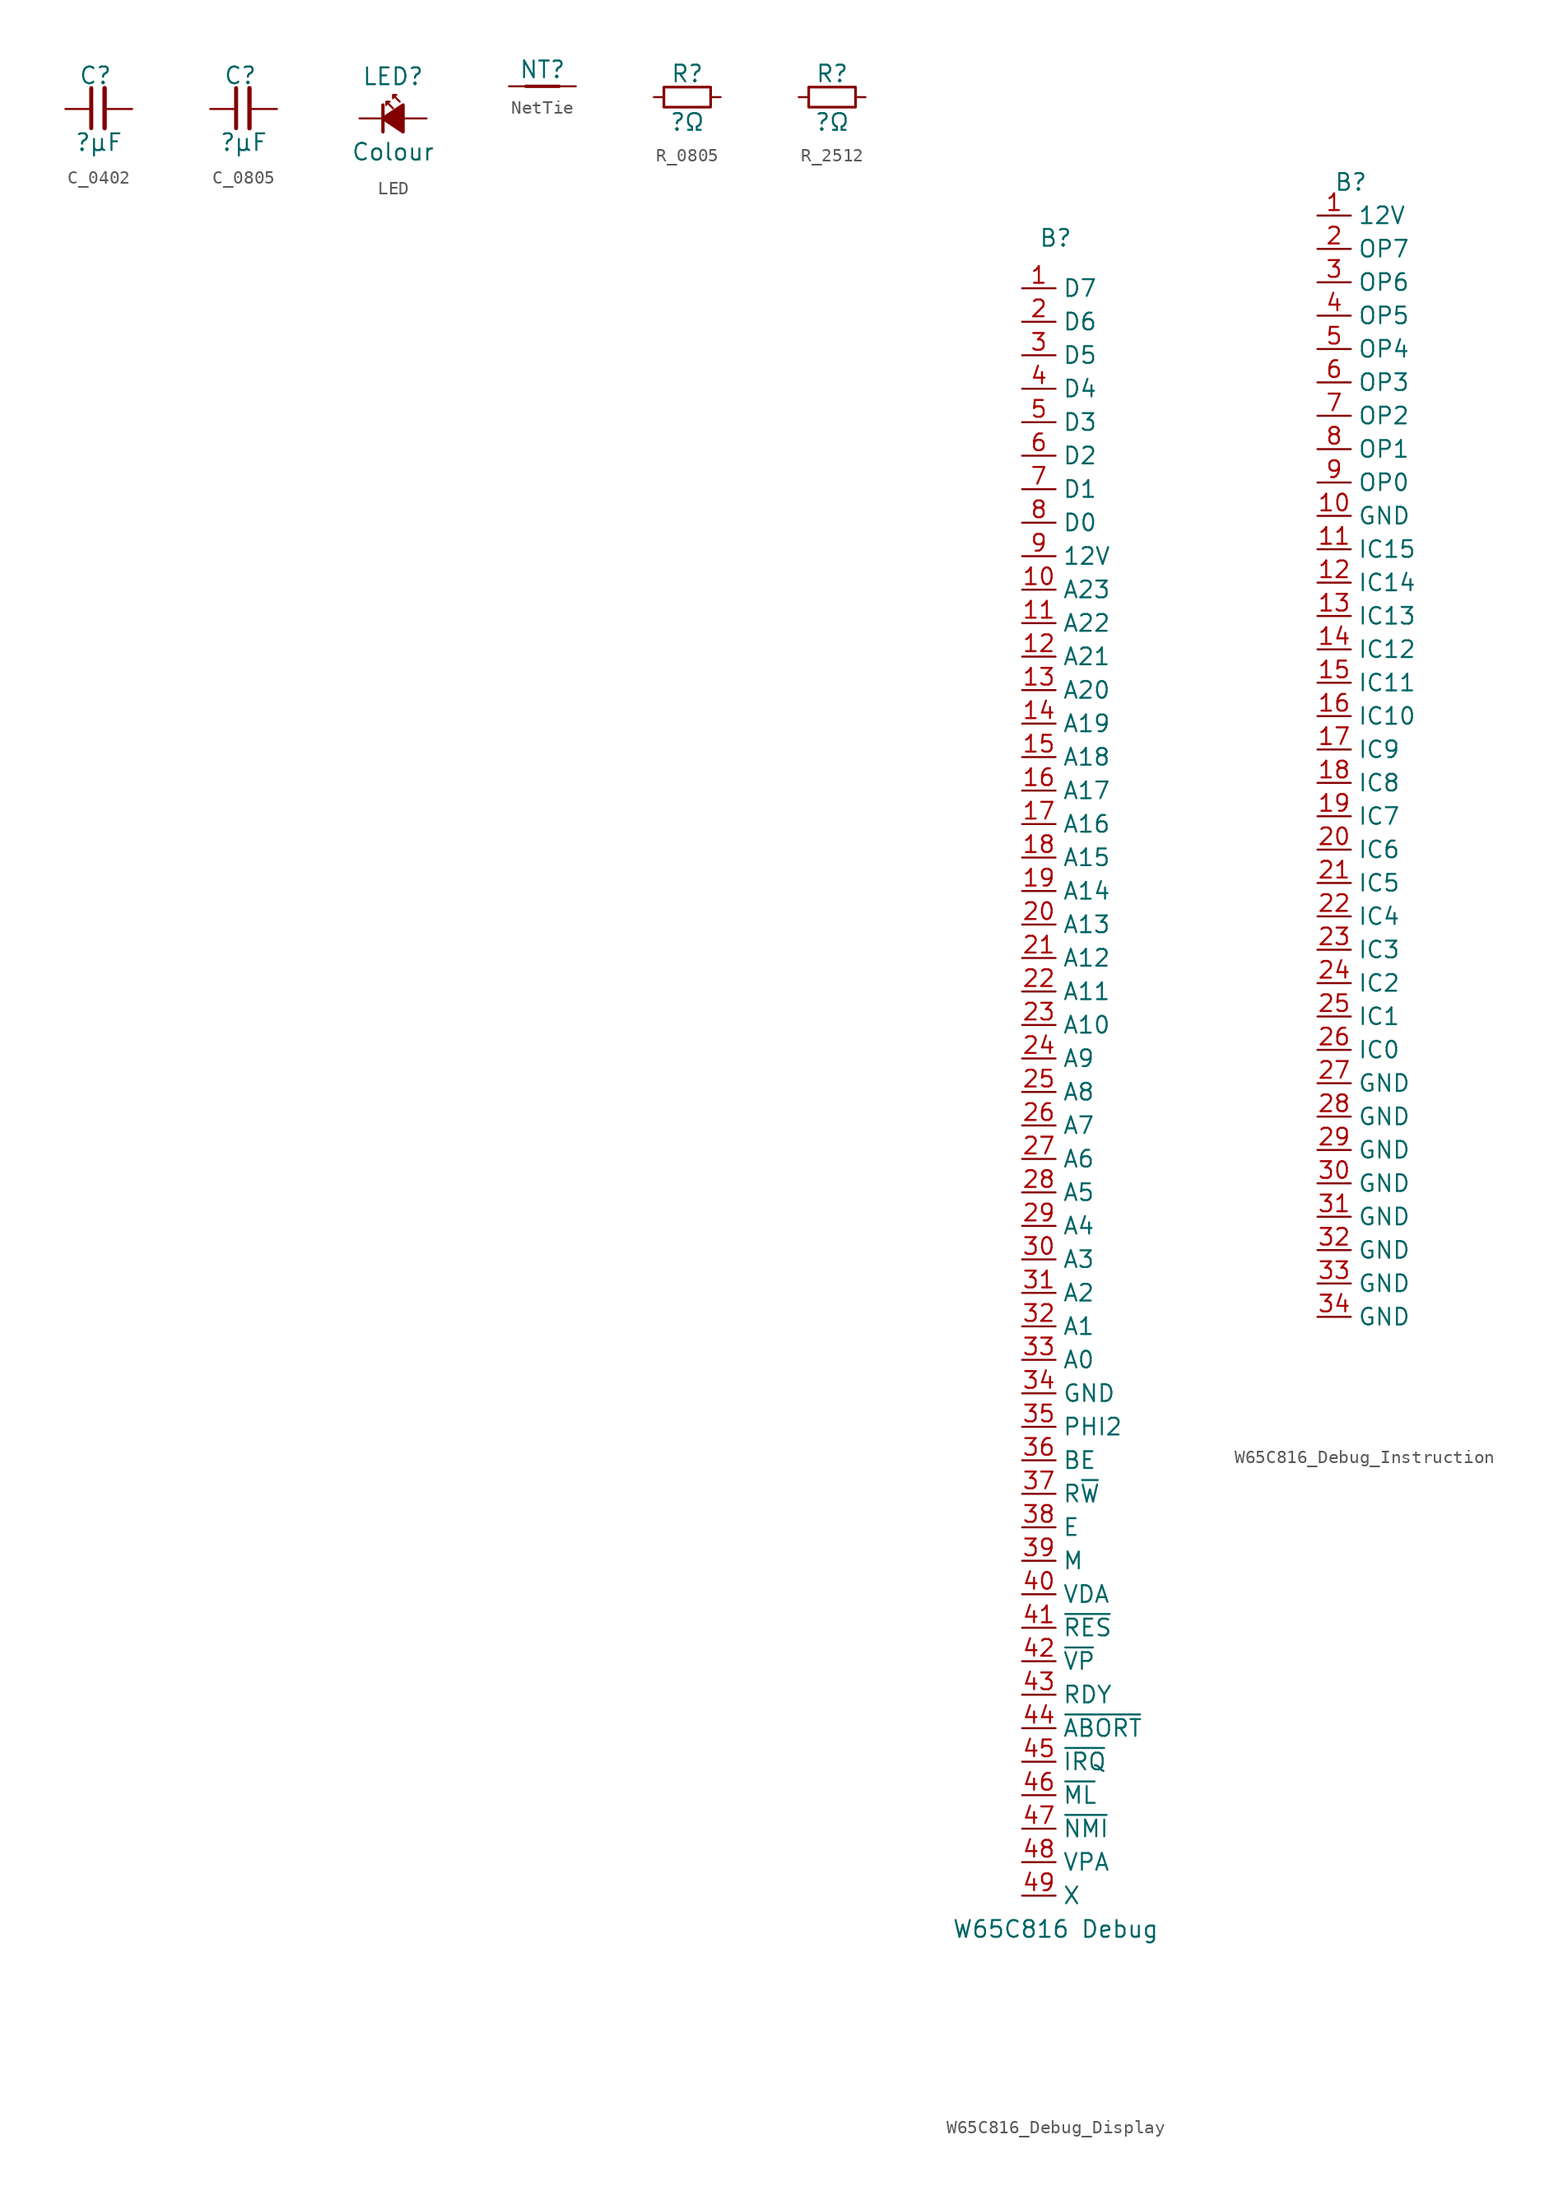
<source format=kicad_sym>
(kicad_symbol_lib
  (version 20241209)
  (generator "kicad_symbol_editor")
  (generator_version "9.0")
  (symbol "C_0402"
    (pin_numbers
      (hide yes))
    (pin_names
      (offset 0.254)
      (hide yes))
    (property "Reference" "C"
      (at 2.286 2.54 0)
      (effects (font (size 1.27 1.27))))
    (property "Value" "?μF"
      (at 2.54 -2.54 0)
      (effects (font (size 1.27 1.27))))
    (symbol "C_0402_0_1"
      (polyline (pts (xy 1.968 -1.46) (xy 1.968 1.587)) (stroke (width 0.305) (type default)) (fill (type none)))
      (polyline (pts (xy 2.985 -1.46) (xy 2.985 1.587)) (stroke (width 0.33) (type default)) (fill (type none))))
    (symbol "C_0402_1_1"
      (pin passive line (at 0 0 0) (length 2.032) (name "~" (effects (font (size 1.27 1.27)))) (number "1" (effects (font (size 1.27 1.27)))))
      (pin passive line (at 5.08 0 180) (length 2.032) (name "~" (effects (font (size 1.27 1.27)))) (number "2" (effects (font (size 1.27 1.27)))))))
  (symbol "C_0805"
    (pin_numbers
      (hide yes))
    (pin_names
      (offset 0.254)
      (hide yes))
    (property "Reference" "C"
      (at 2.286 2.54 0)
      (effects (font (size 1.27 1.27))))
    (property "Value" "?μF"
      (at 2.54 -2.54 0)
      (effects (font (size 1.27 1.27))))
    (symbol "C_0805_0_1"
      (polyline (pts (xy 1.968 -1.46) (xy 1.968 1.587)) (stroke (width 0.305) (type default)) (fill (type none)))
      (polyline (pts (xy 2.985 -1.46) (xy 2.985 1.587)) (stroke (width 0.33) (type default)) (fill (type none))))
    (symbol "C_0805_1_1"
      (pin passive line (at 0 0 0) (length 2.032) (name "~" (effects (font (size 1.27 1.27)))) (number "1" (effects (font (size 1.27 1.27)))))
      (pin passive line (at 5.08 0 180) (length 2.032) (name "~" (effects (font (size 1.27 1.27)))) (number "2" (effects (font (size 1.27 1.27)))))))
  (symbol "LED"
    (pin_numbers
      (hide yes))
    (pin_names
      (offset 0.254)
      (hide yes))
    (property "Reference" "LED"
      (at 0 3.175 0)
      (effects (font (size 1.27 1.27))))
    (property "Value" "Colour"
      (at 0 -2.54 0)
      (effects (font (size 1.27 1.27))))
    (symbol "LED_0_1"
      (polyline (pts (xy -0.762 -1.016) (xy -0.762 1.016)) (stroke (width 0.254) (type default)) (fill (type none)))
      (polyline (pts (xy 0 0.762) (xy -0.508 1.27) (xy -0.254 1.27) (xy -0.508 1.27) (xy -0.508 1.016)) (stroke (width 0) (type default)) (fill (type none)))
      (polyline (pts (xy 0.508 1.27) (xy 0 1.778) (xy 0.254 1.778) (xy 0 1.778) (xy 0 1.524)) (stroke (width 0) (type default)) (fill (type none)))
      (polyline (pts (xy 0.762 -1.016) (xy -0.762 0) (xy 0.762 1.016) (xy 0.762 -1.016)) (stroke (width 0.254) (type default)) (fill (type outline))))
    (symbol "LED_1_1"
      (pin passive line (at -2.54 0 0) (length 1.778) (name "K" (effects (font (size 1.27 1.27)))) (number "1" (effects (font (size 1.27 1.27)))))
      (pin passive line (at 2.54 0 180) (length 1.778) (name "A" (effects (font (size 1.27 1.27)))) (number "2" (effects (font (size 1.27 1.27)))))))
  (symbol "NetTie"
    (pin_numbers
      (hide yes))
    (pin_names
      (hide yes))
    (property "Reference" "NT"
      (at 2.54 1.27 0)
      (effects (font (size 1.27 1.27))))
    (symbol "NetTie_0_1"
      (polyline (pts (xy 1.27 0) (xy 3.81 0)) (stroke (width 0.254) (type default)) (fill (type none))))
    (symbol "NetTie_1_1"
      (pin passive line (at 0 0 0) (length 2.54) (name "1" (effects (font (size 1.27 1.27)))) (number "1" (effects (font (size 1.27 1.27)))))
      (pin passive line (at 5.08 0 180) (length 2.54) (name "2" (effects (font (size 1.27 1.27)))) (number "2" (effects (font (size 1.27 1.27)))))))
  (symbol "R_0805"
    (pin_numbers
      (hide yes))
    (pin_names
      (hide yes))
    (property "Reference" "R"
      (at 2.54 1.778 0)
      (effects (font (size 1.27 1.27))))
    (property "Value" "?Ω"
      (at 2.54 -1.905 0)
      (effects (font (size 1.27 1.27))))
    (symbol "R_0805_0_1"
      (rectangle (start 0.762 0.762) (end 4.318 -0.762) (stroke (width 0.203) (type default)) (fill (type none))))
    (symbol "R_0805_1_1"
      (pin passive line (at 0 0 0) (length 0.72) (name "~" (effects (font (size 1.27 1.27)))) (number "1" (effects (font (size 1.27 1.27)))))
      (pin passive line (at 5.08 0 180) (length 0.72) (name "~" (effects (font (size 1.27 1.27)))) (number "2" (effects (font (size 1.27 1.27)))))))
  (symbol "R_2512"
    (pin_numbers
      (hide yes))
    (pin_names
      (hide yes))
    (property "Reference" "R"
      (at 2.54 1.778 0)
      (effects (font (size 1.27 1.27))))
    (property "Value" "?Ω"
      (at 2.54 -1.905 0)
      (effects (font (size 1.27 1.27))))
    (symbol "R_2512_0_1"
      (rectangle (start 0.762 0.762) (end 4.318 -0.762) (stroke (width 0.203) (type default)) (fill (type none))))
    (symbol "R_2512_1_1"
      (pin passive line (at 0 0 0) (length 0.72) (name "~" (effects (font (size 1.27 1.27)))) (number "1" (effects (font (size 1.27 1.27)))))
      (pin passive line (at 5.08 0 180) (length 0.72) (name "~" (effects (font (size 1.27 1.27)))) (number "2" (effects (font (size 1.27 1.27)))))))
  (symbol "W65C816_Debug_Display"
    (property "Reference" "B"
      (at 0 3.81 0)
      (effects (font (size 1.27 1.27))))
    (property "Value" "W65C816 Debug"
      (at 0 -124.46 0)
      (effects (font (size 1.27 1.27))))
    (symbol "W65C816_Debug_Display_1_1"
      (pin tri_state line (at -2.54 0 0) (length 2.54) (name "D7" (effects (font (size 1.27 1.27)))) (number "1" (effects (font (size 1.27 1.27)))))
      (pin tri_state line (at -2.54 -2.54 0) (length 2.54) (name "D6" (effects (font (size 1.27 1.27)))) (number "2" (effects (font (size 1.27 1.27)))))
      (pin tri_state line (at -2.54 -5.08 0) (length 2.54) (name "D5" (effects (font (size 1.27 1.27)))) (number "3" (effects (font (size 1.27 1.27)))))
      (pin tri_state line (at -2.54 -7.62 0) (length 2.54) (name "D4" (effects (font (size 1.27 1.27)))) (number "4" (effects (font (size 1.27 1.27)))))
      (pin tri_state line (at -2.54 -10.16 0) (length 2.54) (name "D3" (effects (font (size 1.27 1.27)))) (number "5" (effects (font (size 1.27 1.27)))))
      (pin tri_state line (at -2.54 -12.7 0) (length 2.54) (name "D2" (effects (font (size 1.27 1.27)))) (number "6" (effects (font (size 1.27 1.27)))))
      (pin tri_state line (at -2.54 -15.24 0) (length 2.54) (name "D1" (effects (font (size 1.27 1.27)))) (number "7" (effects (font (size 1.27 1.27)))))
      (pin tri_state line (at -2.54 -17.78 0) (length 2.54) (name "D0" (effects (font (size 1.27 1.27)))) (number "8" (effects (font (size 1.27 1.27)))))
      (pin passive line (at -2.54 -20.32 0) (length 2.54) (name "12V" (effects (font (size 1.27 1.27)))) (number "9" (effects (font (size 1.27 1.27)))))
      (pin input line (at -2.54 -22.86 0) (length 2.54) (name "A23" (effects (font (size 1.27 1.27)))) (number "10" (effects (font (size 1.27 1.27)))))
      (pin input line (at -2.54 -25.4 0) (length 2.54) (name "A22" (effects (font (size 1.27 1.27)))) (number "11" (effects (font (size 1.27 1.27)))))
      (pin input line (at -2.54 -27.94 0) (length 2.54) (name "A21" (effects (font (size 1.27 1.27)))) (number "12" (effects (font (size 1.27 1.27)))))
      (pin input line (at -2.54 -30.48 0) (length 2.54) (name "A20" (effects (font (size 1.27 1.27)))) (number "13" (effects (font (size 1.27 1.27)))))
      (pin input line (at -2.54 -33.02 0) (length 2.54) (name "A19" (effects (font (size 1.27 1.27)))) (number "14" (effects (font (size 1.27 1.27)))))
      (pin input line (at -2.54 -35.56 0) (length 2.54) (name "A18" (effects (font (size 1.27 1.27)))) (number "15" (effects (font (size 1.27 1.27)))))
      (pin input line (at -2.54 -38.1 0) (length 2.54) (name "A17" (effects (font (size 1.27 1.27)))) (number "16" (effects (font (size 1.27 1.27)))))
      (pin input line (at -2.54 -40.64 0) (length 2.54) (name "A16" (effects (font (size 1.27 1.27)))) (number "17" (effects (font (size 1.27 1.27)))))
      (pin input line (at -2.54 -43.18 0) (length 2.54) (name "A15" (effects (font (size 1.27 1.27)))) (number "18" (effects (font (size 1.27 1.27)))))
      (pin input line (at -2.54 -45.72 0) (length 2.54) (name "A14" (effects (font (size 1.27 1.27)))) (number "19" (effects (font (size 1.27 1.27)))))
      (pin input line (at -2.54 -48.26 0) (length 2.54) (name "A13" (effects (font (size 1.27 1.27)))) (number "20" (effects (font (size 1.27 1.27)))))
      (pin input line (at -2.54 -50.8 0) (length 2.54) (name "A12" (effects (font (size 1.27 1.27)))) (number "21" (effects (font (size 1.27 1.27)))))
      (pin input line (at -2.54 -53.34 0) (length 2.54) (name "A11" (effects (font (size 1.27 1.27)))) (number "22" (effects (font (size 1.27 1.27)))))
      (pin input line (at -2.54 -55.88 0) (length 2.54) (name "A10" (effects (font (size 1.27 1.27)))) (number "23" (effects (font (size 1.27 1.27)))))
      (pin input line (at -2.54 -58.42 0) (length 2.54) (name "A9" (effects (font (size 1.27 1.27)))) (number "24" (effects (font (size 1.27 1.27)))))
      (pin input line (at -2.54 -60.96 0) (length 2.54) (name "A8" (effects (font (size 1.27 1.27)))) (number "25" (effects (font (size 1.27 1.27)))))
      (pin input line (at -2.54 -63.5 0) (length 2.54) (name "A7" (effects (font (size 1.27 1.27)))) (number "26" (effects (font (size 1.27 1.27)))))
      (pin input line (at -2.54 -66.04 0) (length 2.54) (name "A6" (effects (font (size 1.27 1.27)))) (number "27" (effects (font (size 1.27 1.27)))))
      (pin input line (at -2.54 -68.58 0) (length 2.54) (name "A5" (effects (font (size 1.27 1.27)))) (number "28" (effects (font (size 1.27 1.27)))))
      (pin input line (at -2.54 -71.12 0) (length 2.54) (name "A4" (effects (font (size 1.27 1.27)))) (number "29" (effects (font (size 1.27 1.27)))))
      (pin input line (at -2.54 -73.66 0) (length 2.54) (name "A3" (effects (font (size 1.27 1.27)))) (number "30" (effects (font (size 1.27 1.27)))))
      (pin input line (at -2.54 -76.2 0) (length 2.54) (name "A2" (effects (font (size 1.27 1.27)))) (number "31" (effects (font (size 1.27 1.27)))))
      (pin input line (at -2.54 -78.74 0) (length 2.54) (name "A1" (effects (font (size 1.27 1.27)))) (number "32" (effects (font (size 1.27 1.27)))))
      (pin input line (at -2.54 -81.28 0) (length 2.54) (name "A0" (effects (font (size 1.27 1.27)))) (number "33" (effects (font (size 1.27 1.27)))))
      (pin passive line (at -2.54 -83.82 0) (length 2.54) (name "GND" (effects (font (size 1.27 1.27)))) (number "34" (effects (font (size 1.27 1.27)))))
      (pin input line (at -2.54 -86.36 0) (length 2.54) (name "PHI2" (effects (font (size 1.27 1.27)))) (number "35" (effects (font (size 1.27 1.27)))))
      (pin input line (at -2.54 -88.9 0) (length 2.54) (name "BE" (effects (font (size 1.27 1.27)))) (number "36" (effects (font (size 1.27 1.27)))))
      (pin input line (at -2.54 -91.44 0) (length 2.54) (name "R~{W}" (effects (font (size 1.27 1.27)))) (number "37" (effects (font (size 1.27 1.27)))))
      (pin input line (at -2.54 -93.98 0) (length 2.54) (name "E" (effects (font (size 1.27 1.27)))) (number "38" (effects (font (size 1.27 1.27)))))
      (pin input line (at -2.54 -96.52 0) (length 2.54) (name "M" (effects (font (size 1.27 1.27)))) (number "39" (effects (font (size 1.27 1.27)))))
      (pin input line (at -2.54 -99.06 0) (length 2.54) (name "VDA" (effects (font (size 1.27 1.27)))) (number "40" (effects (font (size 1.27 1.27)))))
      (pin input line (at -2.54 -101.6 0) (length 2.54) (name "~{RES}" (effects (font (size 1.27 1.27)))) (number "41" (effects (font (size 1.27 1.27)))))
      (pin input line (at -2.54 -104.14 0) (length 2.54) (name "~{VP}" (effects (font (size 1.27 1.27)))) (number "42" (effects (font (size 1.27 1.27)))))
      (pin input line (at -2.54 -106.68 0) (length 2.54) (name "RDY" (effects (font (size 1.27 1.27)))) (number "43" (effects (font (size 1.27 1.27)))))
      (pin input line (at -2.54 -109.22 0) (length 2.54) (name "~{ABORT}" (effects (font (size 1.27 1.27)))) (number "44" (effects (font (size 1.27 1.27)))))
      (pin input line (at -2.54 -111.76 0) (length 2.54) (name "~{IRQ}" (effects (font (size 1.27 1.27)))) (number "45" (effects (font (size 1.27 1.27)))))
      (pin input line (at -2.54 -114.3 0) (length 2.54) (name "~{ML}" (effects (font (size 1.27 1.27)))) (number "46" (effects (font (size 1.27 1.27)))))
      (pin input line (at -2.54 -116.84 0) (length 2.54) (name "~{NMI}" (effects (font (size 1.27 1.27)))) (number "47" (effects (font (size 1.27 1.27)))))
      (pin input line (at -2.54 -119.38 0) (length 2.54) (name "VPA" (effects (font (size 1.27 1.27)))) (number "48" (effects (font (size 1.27 1.27)))))
      (pin input line (at -2.54 -121.92 0) (length 2.54) (name "X" (effects (font (size 1.27 1.27)))) (number "49" (effects (font (size 1.27 1.27)))))))
  (symbol "W65C816_Debug_Instruction"
    (property "Reference" "B"
      (at 0 2.54 0)
      (effects (font (size 1.27 1.27))))
    (symbol "W65C816_Debug_Instruction_1_0"
      (pin input line (at -2.54 -7.62 0) (length 2.54) (name "OP5" (effects (font (size 1.27 1.27)))) (number "4" (effects (font (size 1.27 1.27)))))
      (pin input line (at -2.54 -10.16 0) (length 2.54) (name "OP4" (effects (font (size 1.27 1.27)))) (number "5" (effects (font (size 1.27 1.27)))))
      (pin input line (at -2.54 -12.7 0) (length 2.54) (name "OP3" (effects (font (size 1.27 1.27)))) (number "6" (effects (font (size 1.27 1.27)))))
      (pin input line (at -2.54 -15.24 0) (length 2.54) (name "OP2" (effects (font (size 1.27 1.27)))) (number "7" (effects (font (size 1.27 1.27)))))
      (pin input line (at -2.54 -17.78 0) (length 2.54) (name "OP1" (effects (font (size 1.27 1.27)))) (number "8" (effects (font (size 1.27 1.27)))))
      (pin input line (at -2.54 -20.32 0) (length 2.54) (name "OP0" (effects (font (size 1.27 1.27)))) (number "9" (effects (font (size 1.27 1.27)))))
      (pin passive line (at -2.54 -22.86 0) (length 2.54) (name "GND" (effects (font (size 1.27 1.27)))) (number "10" (effects (font (size 1.27 1.27)))))
      (pin input line (at -2.54 -25.4 0) (length 2.54) (name "IC15" (effects (font (size 1.27 1.27)))) (number "11" (effects (font (size 1.27 1.27)))))
      (pin input line (at -2.54 -27.94 0) (length 2.54) (name "IC14" (effects (font (size 1.27 1.27)))) (number "12" (effects (font (size 1.27 1.27)))))
      (pin input line (at -2.54 -30.48 0) (length 2.54) (name "IC13" (effects (font (size 1.27 1.27)))) (number "13" (effects (font (size 1.27 1.27)))))
      (pin input line (at -2.54 -33.02 0) (length 2.54) (name "IC12" (effects (font (size 1.27 1.27)))) (number "14" (effects (font (size 1.27 1.27)))))
      (pin input line (at -2.54 -35.56 0) (length 2.54) (name "IC11" (effects (font (size 1.27 1.27)))) (number "15" (effects (font (size 1.27 1.27)))))
      (pin input line (at -2.54 -38.1 0) (length 2.54) (name "IC10" (effects (font (size 1.27 1.27)))) (number "16" (effects (font (size 1.27 1.27)))))
      (pin input line (at -2.54 -40.64 0) (length 2.54) (name "IC9" (effects (font (size 1.27 1.27)))) (number "17" (effects (font (size 1.27 1.27)))))
      (pin input line (at -2.54 -43.18 0) (length 2.54) (name "IC8" (effects (font (size 1.27 1.27)))) (number "18" (effects (font (size 1.27 1.27)))))
      (pin input line (at -2.54 -45.72 0) (length 2.54) (name "IC7" (effects (font (size 1.27 1.27)))) (number "19" (effects (font (size 1.27 1.27)))))
      (pin input line (at -2.54 -48.26 0) (length 2.54) (name "IC6" (effects (font (size 1.27 1.27)))) (number "20" (effects (font (size 1.27 1.27)))))
      (pin input line (at -2.54 -50.8 0) (length 2.54) (name "IC5" (effects (font (size 1.27 1.27)))) (number "21" (effects (font (size 1.27 1.27)))))
      (pin input line (at -2.54 -53.34 0) (length 2.54) (name "IC4" (effects (font (size 1.27 1.27)))) (number "22" (effects (font (size 1.27 1.27)))))
      (pin input line (at -2.54 -55.88 0) (length 2.54) (name "IC3" (effects (font (size 1.27 1.27)))) (number "23" (effects (font (size 1.27 1.27)))))
      (pin input line (at -2.54 -58.42 0) (length 2.54) (name "IC2" (effects (font (size 1.27 1.27)))) (number "24" (effects (font (size 1.27 1.27)))))
      (pin input line (at -2.54 -60.96 0) (length 2.54) (name "IC1" (effects (font (size 1.27 1.27)))) (number "25" (effects (font (size 1.27 1.27)))))
      (pin input line (at -2.54 -63.5 0) (length 2.54) (name "IC0" (effects (font (size 1.27 1.27)))) (number "26" (effects (font (size 1.27 1.27)))))
      (pin passive line (at -2.54 -66.04 0) (length 2.54) (name "GND" (effects (font (size 1.27 1.27)))) (number "27" (effects (font (size 1.27 1.27)))))
      (pin passive line (at -2.54 -68.58 0) (length 2.54) (name "GND" (effects (font (size 1.27 1.27)))) (number "28" (effects (font (size 1.27 1.27)))))
      (pin passive line (at -2.54 -71.12 0) (length 2.54) (name "GND" (effects (font (size 1.27 1.27)))) (number "29" (effects (font (size 1.27 1.27)))))
      (pin passive line (at -2.54 -73.66 0) (length 2.54) (name "GND" (effects (font (size 1.27 1.27)))) (number "30" (effects (font (size 1.27 1.27)))))
      (pin passive line (at -2.54 -76.2 0) (length 2.54) (name "GND" (effects (font (size 1.27 1.27)))) (number "31" (effects (font (size 1.27 1.27)))))
      (pin passive line (at -2.54 -78.74 0) (length 2.54) (name "GND" (effects (font (size 1.27 1.27)))) (number "32" (effects (font (size 1.27 1.27)))))
      (pin passive line (at -2.54 -81.28 0) (length 2.54) (name "GND" (effects (font (size 1.27 1.27)))) (number "33" (effects (font (size 1.27 1.27)))))
      (pin passive line (at -2.54 -83.82 0) (length 2.54) (name "GND" (effects (font (size 1.27 1.27)))) (number "34" (effects (font (size 1.27 1.27))))))
    (symbol "W65C816_Debug_Instruction_1_1"
      (pin passive line (at -2.54 0 0) (length 2.54) (name "12V" (effects (font (size 1.27 1.27)))) (number "1" (effects (font (size 1.27 1.27)))))
      (pin input line (at -2.54 -2.54 0) (length 2.54) (name "OP7" (effects (font (size 1.27 1.27)))) (number "2" (effects (font (size 1.27 1.27)))))
      (pin input line (at -2.54 -5.08 0) (length 2.54) (name "OP6" (effects (font (size 1.27 1.27)))) (number "3" (effects (font (size 1.27 1.27))))))))
</source>
